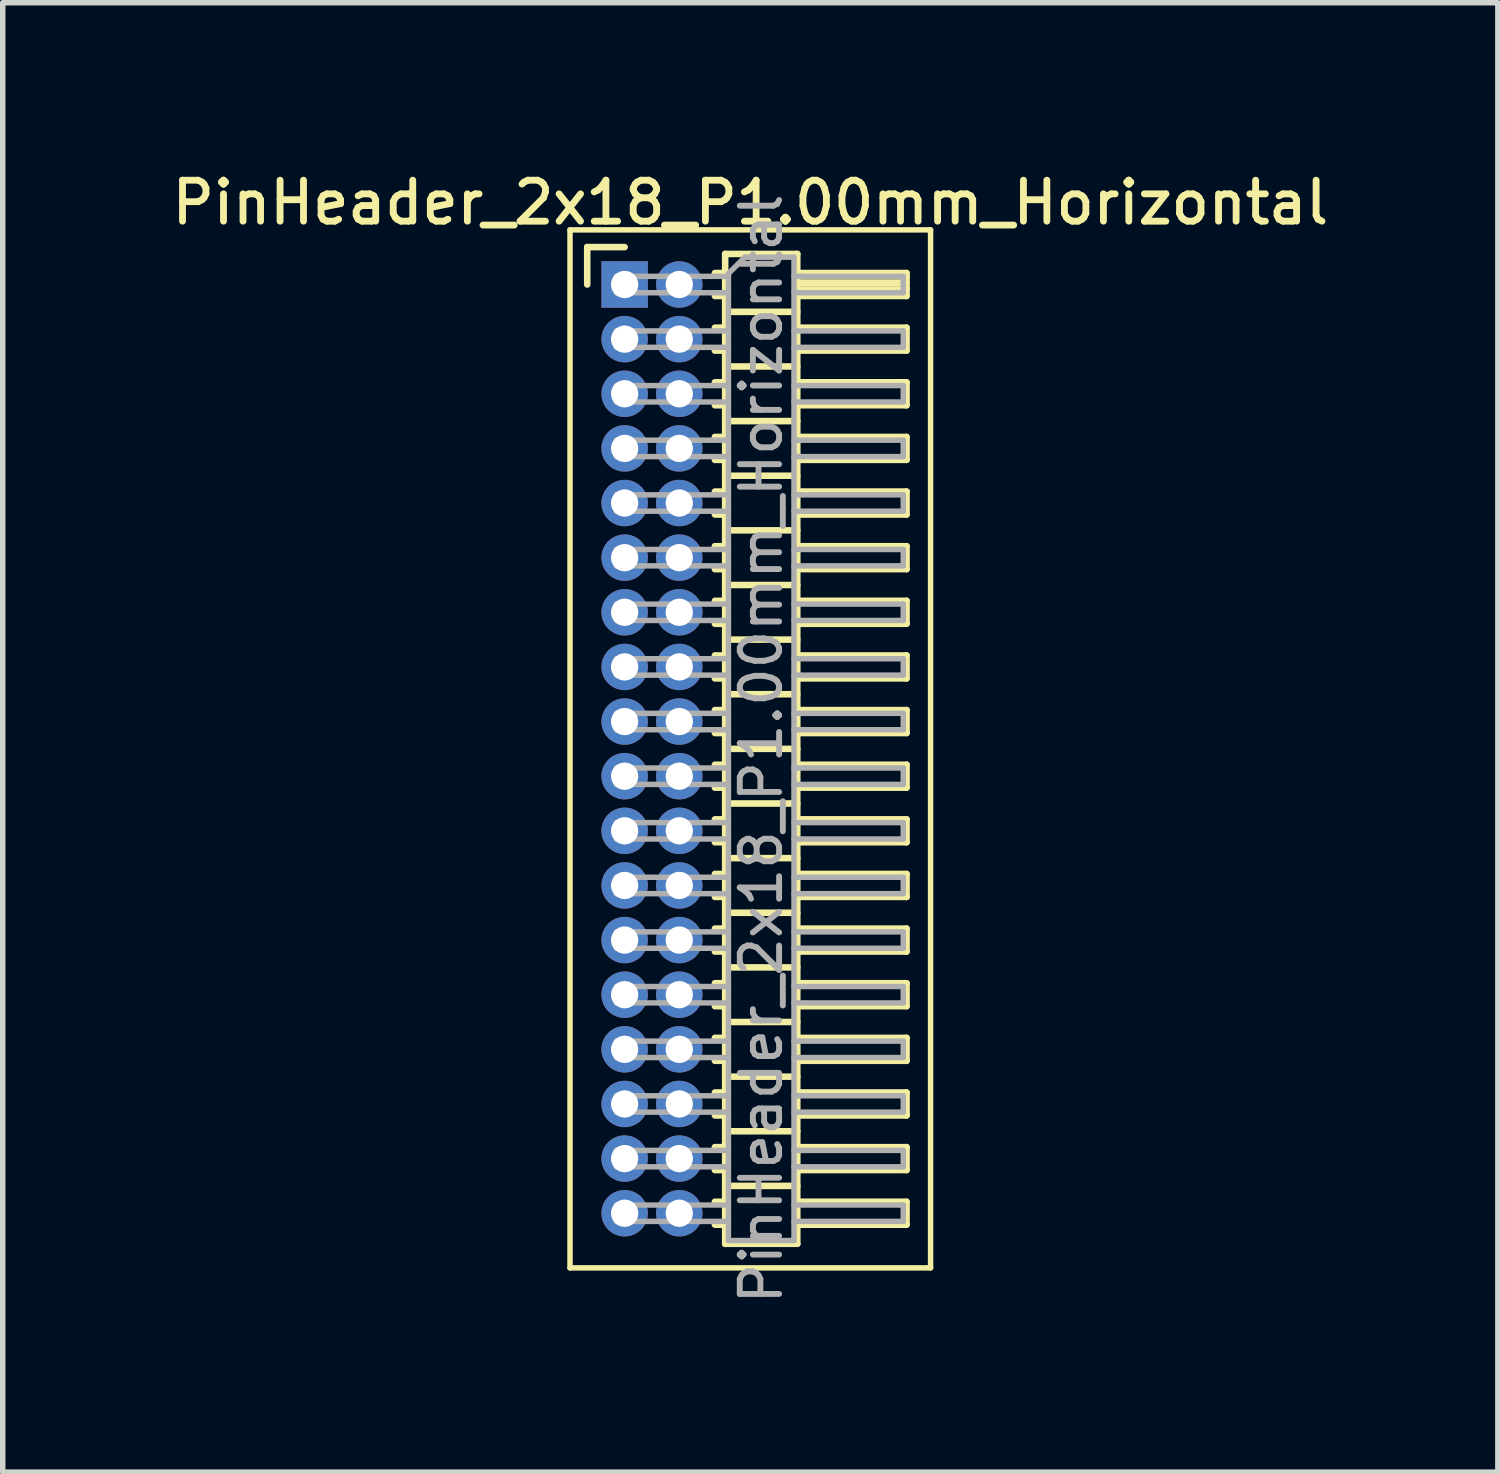
<source format=kicad_pcb>
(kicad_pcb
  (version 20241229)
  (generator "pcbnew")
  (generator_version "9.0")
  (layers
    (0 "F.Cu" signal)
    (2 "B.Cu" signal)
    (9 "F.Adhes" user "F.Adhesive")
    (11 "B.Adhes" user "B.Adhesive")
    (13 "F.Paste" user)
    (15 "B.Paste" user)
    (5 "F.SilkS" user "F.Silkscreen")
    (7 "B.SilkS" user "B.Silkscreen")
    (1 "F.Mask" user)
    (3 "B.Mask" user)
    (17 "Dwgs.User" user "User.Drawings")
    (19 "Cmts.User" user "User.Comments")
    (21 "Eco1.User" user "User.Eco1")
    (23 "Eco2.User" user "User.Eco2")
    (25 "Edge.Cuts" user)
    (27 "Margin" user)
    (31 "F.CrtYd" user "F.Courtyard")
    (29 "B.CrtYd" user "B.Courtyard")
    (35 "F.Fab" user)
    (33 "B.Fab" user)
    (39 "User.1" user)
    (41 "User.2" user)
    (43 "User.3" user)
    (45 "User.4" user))
  (footprint "PinHeader_2x18_P1.00mm_Horizontal"
    (layer "F.Cu")
    (at 8.384 2.158)
    (property "Reference" "PinHeader_2x18_P1.00mm_Horizontal" (at 2.3 -1.5 0) (layer "F.SilkS") (effects (font (size 0.75 0.75) (thickness 0.125))))
    (attr through_hole)
    (fp_line (start -1 -1) (end -1 18) (stroke (width 0.1) (type solid)) (layer "F.SilkS"))
    (fp_line (start -1 18) (end 5.6 18) (stroke (width 0.1) (type solid)) (layer "F.SilkS"))
    (fp_line (start -0.685 -0.685) (end 0 -0.685) (stroke (width 0.12) (type solid)) (layer "F.SilkS"))
    (fp_line (start -0.685 0) (end -0.685 -0.685) (stroke (width 0.12) (type solid)) (layer "F.SilkS"))
    (fp_line (start 1.652 -0.21) (end 1.84 -0.21) (stroke (width 0.12) (type solid)) (layer "F.SilkS"))
    (fp_line (start 1.652 0.21) (end 1.84 0.21) (stroke (width 0.12) (type solid)) (layer "F.SilkS"))
    (fp_line (start 1.652 0.79) (end 1.84 0.79) (stroke (width 0.12) (type solid)) (layer "F.SilkS"))
    (fp_line (start 1.652 1.21) (end 1.84 1.21) (stroke (width 0.12) (type solid)) (layer "F.SilkS"))
    (fp_line (start 1.652 1.79) (end 1.84 1.79) (stroke (width 0.12) (type solid)) (layer "F.SilkS"))
    (fp_line (start 1.652 2.21) (end 1.84 2.21) (stroke (width 0.12) (type solid)) (layer "F.SilkS"))
    (fp_line (start 1.652 2.79) (end 1.84 2.79) (stroke (width 0.12) (type solid)) (layer "F.SilkS"))
    (fp_line (start 1.652 3.21) (end 1.84 3.21) (stroke (width 0.12) (type solid)) (layer "F.SilkS"))
    (fp_line (start 1.652 3.79) (end 1.84 3.79) (stroke (width 0.12) (type solid)) (layer "F.SilkS"))
    (fp_line (start 1.652 4.21) (end 1.84 4.21) (stroke (width 0.12) (type solid)) (layer "F.SilkS"))
    (fp_line (start 1.652 4.79) (end 1.84 4.79) (stroke (width 0.12) (type solid)) (layer "F.SilkS"))
    (fp_line (start 1.652 5.21) (end 1.84 5.21) (stroke (width 0.12) (type solid)) (layer "F.SilkS"))
    (fp_line (start 1.652 5.79) (end 1.84 5.79) (stroke (width 0.12) (type solid)) (layer "F.SilkS"))
    (fp_line (start 1.652 6.21) (end 1.84 6.21) (stroke (width 0.12) (type solid)) (layer "F.SilkS"))
    (fp_line (start 1.652 6.79) (end 1.84 6.79) (stroke (width 0.12) (type solid)) (layer "F.SilkS"))
    (fp_line (start 1.652 7.21) (end 1.84 7.21) (stroke (width 0.12) (type solid)) (layer "F.SilkS"))
    (fp_line (start 1.652 7.79) (end 1.84 7.79) (stroke (width 0.12) (type solid)) (layer "F.SilkS"))
    (fp_line (start 1.652 8.21) (end 1.84 8.21) (stroke (width 0.12) (type solid)) (layer "F.SilkS"))
    (fp_line (start 1.652 8.79) (end 1.84 8.79) (stroke (width 0.12) (type solid)) (layer "F.SilkS"))
    (fp_line (start 1.652 9.21) (end 1.84 9.21) (stroke (width 0.12) (type solid)) (layer "F.SilkS"))
    (fp_line (start 1.652 9.79) (end 1.84 9.79) (stroke (width 0.12) (type solid)) (layer "F.SilkS"))
    (fp_line (start 1.652 10.21) (end 1.84 10.21) (stroke (width 0.12) (type solid)) (layer "F.SilkS"))
    (fp_line (start 1.652 10.79) (end 1.84 10.79) (stroke (width 0.12) (type solid)) (layer "F.SilkS"))
    (fp_line (start 1.652 11.21) (end 1.84 11.21) (stroke (width 0.12) (type solid)) (layer "F.SilkS"))
    (fp_line (start 1.652 11.79) (end 1.84 11.79) (stroke (width 0.12) (type solid)) (layer "F.SilkS"))
    (fp_line (start 1.652 12.21) (end 1.84 12.21) (stroke (width 0.12) (type solid)) (layer "F.SilkS"))
    (fp_line (start 1.652 12.79) (end 1.84 12.79) (stroke (width 0.12) (type solid)) (layer "F.SilkS"))
    (fp_line (start 1.652 13.21) (end 1.84 13.21) (stroke (width 0.12) (type solid)) (layer "F.SilkS"))
    (fp_line (start 1.652 13.79) (end 1.84 13.79) (stroke (width 0.12) (type solid)) (layer "F.SilkS"))
    (fp_line (start 1.652 14.21) (end 1.84 14.21) (stroke (width 0.12) (type solid)) (layer "F.SilkS"))
    (fp_line (start 1.652 14.79) (end 1.84 14.79) (stroke (width 0.12) (type solid)) (layer "F.SilkS"))
    (fp_line (start 1.652 15.21) (end 1.84 15.21) (stroke (width 0.12) (type solid)) (layer "F.SilkS"))
    (fp_line (start 1.652 15.79) (end 1.84 15.79) (stroke (width 0.12) (type solid)) (layer "F.SilkS"))
    (fp_line (start 1.652 16.21) (end 1.84 16.21) (stroke (width 0.12) (type solid)) (layer "F.SilkS"))
    (fp_line (start 1.652 16.79) (end 1.84 16.79) (stroke (width 0.12) (type solid)) (layer "F.SilkS"))
    (fp_line (start 1.652 17.21) (end 1.84 17.21) (stroke (width 0.12) (type solid)) (layer "F.SilkS"))
    (fp_line (start 1.84 -0.56) (end 1.84 17.56) (stroke (width 0.12) (type solid)) (layer "F.SilkS"))
    (fp_line (start 1.84 0.5) (end 3.16 0.5) (stroke (width 0.12) (type solid)) (layer "F.SilkS"))
    (fp_line (start 1.84 1.5) (end 3.16 1.5) (stroke (width 0.12) (type solid)) (layer "F.SilkS"))
    (fp_line (start 1.84 2.5) (end 3.16 2.5) (stroke (width 0.12) (type solid)) (layer "F.SilkS"))
    (fp_line (start 1.84 3.5) (end 3.16 3.5) (stroke (width 0.12) (type solid)) (layer "F.SilkS"))
    (fp_line (start 1.84 4.5) (end 3.16 4.5) (stroke (width 0.12) (type solid)) (layer "F.SilkS"))
    (fp_line (start 1.84 5.5) (end 3.16 5.5) (stroke (width 0.12) (type solid)) (layer "F.SilkS"))
    (fp_line (start 1.84 6.5) (end 3.16 6.5) (stroke (width 0.12) (type solid)) (layer "F.SilkS"))
    (fp_line (start 1.84 7.5) (end 3.16 7.5) (stroke (width 0.12) (type solid)) (layer "F.SilkS"))
    (fp_line (start 1.84 8.5) (end 3.16 8.5) (stroke (width 0.12) (type solid)) (layer "F.SilkS"))
    (fp_line (start 1.84 9.5) (end 3.16 9.5) (stroke (width 0.12) (type solid)) (layer "F.SilkS"))
    (fp_line (start 1.84 10.5) (end 3.16 10.5) (stroke (width 0.12) (type solid)) (layer "F.SilkS"))
    (fp_line (start 1.84 11.5) (end 3.16 11.5) (stroke (width 0.12) (type solid)) (layer "F.SilkS"))
    (fp_line (start 1.84 12.5) (end 3.16 12.5) (stroke (width 0.12) (type solid)) (layer "F.SilkS"))
    (fp_line (start 1.84 13.5) (end 3.16 13.5) (stroke (width 0.12) (type solid)) (layer "F.SilkS"))
    (fp_line (start 1.84 14.5) (end 3.16 14.5) (stroke (width 0.12) (type solid)) (layer "F.SilkS"))
    (fp_line (start 1.84 15.5) (end 3.16 15.5) (stroke (width 0.12) (type solid)) (layer "F.SilkS"))
    (fp_line (start 1.84 16.5) (end 3.16 16.5) (stroke (width 0.12) (type solid)) (layer "F.SilkS"))
    (fp_line (start 1.84 17.56) (end 3.16 17.56) (stroke (width 0.12) (type solid)) (layer "F.SilkS"))
    (fp_line (start 3.16 -0.56) (end 1.84 -0.56) (stroke (width 0.12) (type solid)) (layer "F.SilkS"))
    (fp_line (start 3.16 -0.21) (end 5.16 -0.21) (stroke (width 0.12) (type solid)) (layer "F.SilkS"))
    (fp_line (start 3.16 -0.15) (end 5.16 -0.15) (stroke (width 0.12) (type solid)) (layer "F.SilkS"))
    (fp_line (start 3.16 -0.03) (end 5.16 -0.03) (stroke (width 0.12) (type solid)) (layer "F.SilkS"))
    (fp_line (start 3.16 0.09) (end 5.16 0.09) (stroke (width 0.12) (type solid)) (layer "F.SilkS"))
    (fp_line (start 3.16 0.79) (end 5.16 0.79) (stroke (width 0.12) (type solid)) (layer "F.SilkS"))
    (fp_line (start 3.16 1.79) (end 5.16 1.79) (stroke (width 0.12) (type solid)) (layer "F.SilkS"))
    (fp_line (start 3.16 2.79) (end 5.16 2.79) (stroke (width 0.12) (type solid)) (layer "F.SilkS"))
    (fp_line (start 3.16 3.79) (end 5.16 3.79) (stroke (width 0.12) (type solid)) (layer "F.SilkS"))
    (fp_line (start 3.16 4.79) (end 5.16 4.79) (stroke (width 0.12) (type solid)) (layer "F.SilkS"))
    (fp_line (start 3.16 5.79) (end 5.16 5.79) (stroke (width 0.12) (type solid)) (layer "F.SilkS"))
    (fp_line (start 3.16 6.79) (end 5.16 6.79) (stroke (width 0.12) (type solid)) (layer "F.SilkS"))
    (fp_line (start 3.16 7.79) (end 5.16 7.79) (stroke (width 0.12) (type solid)) (layer "F.SilkS"))
    (fp_line (start 3.16 8.79) (end 5.16 8.79) (stroke (width 0.12) (type solid)) (layer "F.SilkS"))
    (fp_line (start 3.16 9.79) (end 5.16 9.79) (stroke (width 0.12) (type solid)) (layer "F.SilkS"))
    (fp_line (start 3.16 10.79) (end 5.16 10.79) (stroke (width 0.12) (type solid)) (layer "F.SilkS"))
    (fp_line (start 3.16 11.79) (end 5.16 11.79) (stroke (width 0.12) (type solid)) (layer "F.SilkS"))
    (fp_line (start 3.16 12.79) (end 5.16 12.79) (stroke (width 0.12) (type solid)) (layer "F.SilkS"))
    (fp_line (start 3.16 13.79) (end 5.16 13.79) (stroke (width 0.12) (type solid)) (layer "F.SilkS"))
    (fp_line (start 3.16 14.79) (end 5.16 14.79) (stroke (width 0.12) (type solid)) (layer "F.SilkS"))
    (fp_line (start 3.16 15.79) (end 5.16 15.79) (stroke (width 0.12) (type solid)) (layer "F.SilkS"))
    (fp_line (start 3.16 16.79) (end 5.16 16.79) (stroke (width 0.12) (type solid)) (layer "F.SilkS"))
    (fp_line (start 3.16 17.56) (end 3.16 -0.56) (stroke (width 0.12) (type solid)) (layer "F.SilkS"))
    (fp_line (start 5.16 -0.21) (end 5.16 0.21) (stroke (width 0.12) (type solid)) (layer "F.SilkS"))
    (fp_line (start 5.16 0.21) (end 3.16 0.21) (stroke (width 0.12) (type solid)) (layer "F.SilkS"))
    (fp_line (start 5.16 0.79) (end 5.16 1.21) (stroke (width 0.12) (type solid)) (layer "F.SilkS"))
    (fp_line (start 5.16 1.21) (end 3.16 1.21) (stroke (width 0.12) (type solid)) (layer "F.SilkS"))
    (fp_line (start 5.16 1.79) (end 5.16 2.21) (stroke (width 0.12) (type solid)) (layer "F.SilkS"))
    (fp_line (start 5.16 2.21) (end 3.16 2.21) (stroke (width 0.12) (type solid)) (layer "F.SilkS"))
    (fp_line (start 5.16 2.79) (end 5.16 3.21) (stroke (width 0.12) (type solid)) (layer "F.SilkS"))
    (fp_line (start 5.16 3.21) (end 3.16 3.21) (stroke (width 0.12) (type solid)) (layer "F.SilkS"))
    (fp_line (start 5.16 3.79) (end 5.16 4.21) (stroke (width 0.12) (type solid)) (layer "F.SilkS"))
    (fp_line (start 5.16 4.21) (end 3.16 4.21) (stroke (width 0.12) (type solid)) (layer "F.SilkS"))
    (fp_line (start 5.16 4.79) (end 5.16 5.21) (stroke (width 0.12) (type solid)) (layer "F.SilkS"))
    (fp_line (start 5.16 5.21) (end 3.16 5.21) (stroke (width 0.12) (type solid)) (layer "F.SilkS"))
    (fp_line (start 5.16 5.79) (end 5.16 6.21) (stroke (width 0.12) (type solid)) (layer "F.SilkS"))
    (fp_line (start 5.16 6.21) (end 3.16 6.21) (stroke (width 0.12) (type solid)) (layer "F.SilkS"))
    (fp_line (start 5.16 6.79) (end 5.16 7.21) (stroke (width 0.12) (type solid)) (layer "F.SilkS"))
    (fp_line (start 5.16 7.21) (end 3.16 7.21) (stroke (width 0.12) (type solid)) (layer "F.SilkS"))
    (fp_line (start 5.16 7.79) (end 5.16 8.21) (stroke (width 0.12) (type solid)) (layer "F.SilkS"))
    (fp_line (start 5.16 8.21) (end 3.16 8.21) (stroke (width 0.12) (type solid)) (layer "F.SilkS"))
    (fp_line (start 5.16 8.79) (end 5.16 9.21) (stroke (width 0.12) (type solid)) (layer "F.SilkS"))
    (fp_line (start 5.16 9.21) (end 3.16 9.21) (stroke (width 0.12) (type solid)) (layer "F.SilkS"))
    (fp_line (start 5.16 9.79) (end 5.16 10.21) (stroke (width 0.12) (type solid)) (layer "F.SilkS"))
    (fp_line (start 5.16 10.21) (end 3.16 10.21) (stroke (width 0.12) (type solid)) (layer "F.SilkS"))
    (fp_line (start 5.16 10.79) (end 5.16 11.21) (stroke (width 0.12) (type solid)) (layer "F.SilkS"))
    (fp_line (start 5.16 11.21) (end 3.16 11.21) (stroke (width 0.12) (type solid)) (layer "F.SilkS"))
    (fp_line (start 5.16 11.79) (end 5.16 12.21) (stroke (width 0.12) (type solid)) (layer "F.SilkS"))
    (fp_line (start 5.16 12.21) (end 3.16 12.21) (stroke (width 0.12) (type solid)) (layer "F.SilkS"))
    (fp_line (start 5.16 12.79) (end 5.16 13.21) (stroke (width 0.12) (type solid)) (layer "F.SilkS"))
    (fp_line (start 5.16 13.21) (end 3.16 13.21) (stroke (width 0.12) (type solid)) (layer "F.SilkS"))
    (fp_line (start 5.16 13.79) (end 5.16 14.21) (stroke (width 0.12) (type solid)) (layer "F.SilkS"))
    (fp_line (start 5.16 14.21) (end 3.16 14.21) (stroke (width 0.12) (type solid)) (layer "F.SilkS"))
    (fp_line (start 5.16 14.79) (end 5.16 15.21) (stroke (width 0.12) (type solid)) (layer "F.SilkS"))
    (fp_line (start 5.16 15.21) (end 3.16 15.21) (stroke (width 0.12) (type solid)) (layer "F.SilkS"))
    (fp_line (start 5.16 15.79) (end 5.16 16.21) (stroke (width 0.12) (type solid)) (layer "F.SilkS"))
    (fp_line (start 5.16 16.21) (end 3.16 16.21) (stroke (width 0.12) (type solid)) (layer "F.SilkS"))
    (fp_line (start 5.16 16.79) (end 5.16 17.21) (stroke (width 0.12) (type solid)) (layer "F.SilkS"))
    (fp_line (start 5.16 17.21) (end 3.16 17.21) (stroke (width 0.12) (type solid)) (layer "F.SilkS"))
    (fp_line (start 5.6 -1) (end -1 -1) (stroke (width 0.1) (type solid)) (layer "F.SilkS"))
    (fp_line (start 5.6 18) (end 5.6 -1) (stroke (width 0.1) (type solid)) (layer "F.SilkS"))
    (fp_line (start -0.15 -0.15) (end -0.15 0.15) (stroke (width 0.1) (type solid)) (layer "F.Fab"))
    (fp_line (start -0.15 -0.15) (end 1.9 -0.15) (stroke (width 0.1) (type solid)) (layer "F.Fab"))
    (fp_line (start -0.15 0.15) (end 1.9 0.15) (stroke (width 0.1) (type solid)) (layer "F.Fab"))
    (fp_line (start -0.15 0.85) (end -0.15 1.15) (stroke (width 0.1) (type solid)) (layer "F.Fab"))
    (fp_line (start -0.15 0.85) (end 1.9 0.85) (stroke (width 0.1) (type solid)) (layer "F.Fab"))
    (fp_line (start -0.15 1.15) (end 1.9 1.15) (stroke (width 0.1) (type solid)) (layer "F.Fab"))
    (fp_line (start -0.15 1.85) (end -0.15 2.15) (stroke (width 0.1) (type solid)) (layer "F.Fab"))
    (fp_line (start -0.15 1.85) (end 1.9 1.85) (stroke (width 0.1) (type solid)) (layer "F.Fab"))
    (fp_line (start -0.15 2.15) (end 1.9 2.15) (stroke (width 0.1) (type solid)) (layer "F.Fab"))
    (fp_line (start -0.15 2.85) (end -0.15 3.15) (stroke (width 0.1) (type solid)) (layer "F.Fab"))
    (fp_line (start -0.15 2.85) (end 1.9 2.85) (stroke (width 0.1) (type solid)) (layer "F.Fab"))
    (fp_line (start -0.15 3.15) (end 1.9 3.15) (stroke (width 0.1) (type solid)) (layer "F.Fab"))
    (fp_line (start -0.15 3.85) (end -0.15 4.15) (stroke (width 0.1) (type solid)) (layer "F.Fab"))
    (fp_line (start -0.15 3.85) (end 1.9 3.85) (stroke (width 0.1) (type solid)) (layer "F.Fab"))
    (fp_line (start -0.15 4.15) (end 1.9 4.15) (stroke (width 0.1) (type solid)) (layer "F.Fab"))
    (fp_line (start -0.15 4.85) (end -0.15 5.15) (stroke (width 0.1) (type solid)) (layer "F.Fab"))
    (fp_line (start -0.15 4.85) (end 1.9 4.85) (stroke (width 0.1) (type solid)) (layer "F.Fab"))
    (fp_line (start -0.15 5.15) (end 1.9 5.15) (stroke (width 0.1) (type solid)) (layer "F.Fab"))
    (fp_line (start -0.15 5.85) (end -0.15 6.15) (stroke (width 0.1) (type solid)) (layer "F.Fab"))
    (fp_line (start -0.15 5.85) (end 1.9 5.85) (stroke (width 0.1) (type solid)) (layer "F.Fab"))
    (fp_line (start -0.15 6.15) (end 1.9 6.15) (stroke (width 0.1) (type solid)) (layer "F.Fab"))
    (fp_line (start -0.15 6.85) (end -0.15 7.15) (stroke (width 0.1) (type solid)) (layer "F.Fab"))
    (fp_line (start -0.15 6.85) (end 1.9 6.85) (stroke (width 0.1) (type solid)) (layer "F.Fab"))
    (fp_line (start -0.15 7.15) (end 1.9 7.15) (stroke (width 0.1) (type solid)) (layer "F.Fab"))
    (fp_line (start -0.15 7.85) (end -0.15 8.15) (stroke (width 0.1) (type solid)) (layer "F.Fab"))
    (fp_line (start -0.15 7.85) (end 1.9 7.85) (stroke (width 0.1) (type solid)) (layer "F.Fab"))
    (fp_line (start -0.15 8.15) (end 1.9 8.15) (stroke (width 0.1) (type solid)) (layer "F.Fab"))
    (fp_line (start -0.15 8.85) (end -0.15 9.15) (stroke (width 0.1) (type solid)) (layer "F.Fab"))
    (fp_line (start -0.15 8.85) (end 1.9 8.85) (stroke (width 0.1) (type solid)) (layer "F.Fab"))
    (fp_line (start -0.15 9.15) (end 1.9 9.15) (stroke (width 0.1) (type solid)) (layer "F.Fab"))
    (fp_line (start -0.15 9.85) (end -0.15 10.15) (stroke (width 0.1) (type solid)) (layer "F.Fab"))
    (fp_line (start -0.15 9.85) (end 1.9 9.85) (stroke (width 0.1) (type solid)) (layer "F.Fab"))
    (fp_line (start -0.15 10.15) (end 1.9 10.15) (stroke (width 0.1) (type solid)) (layer "F.Fab"))
    (fp_line (start -0.15 10.85) (end -0.15 11.15) (stroke (width 0.1) (type solid)) (layer "F.Fab"))
    (fp_line (start -0.15 10.85) (end 1.9 10.85) (stroke (width 0.1) (type solid)) (layer "F.Fab"))
    (fp_line (start -0.15 11.15) (end 1.9 11.15) (stroke (width 0.1) (type solid)) (layer "F.Fab"))
    (fp_line (start -0.15 11.85) (end -0.15 12.15) (stroke (width 0.1) (type solid)) (layer "F.Fab"))
    (fp_line (start -0.15 11.85) (end 1.9 11.85) (stroke (width 0.1) (type solid)) (layer "F.Fab"))
    (fp_line (start -0.15 12.15) (end 1.9 12.15) (stroke (width 0.1) (type solid)) (layer "F.Fab"))
    (fp_line (start -0.15 12.85) (end -0.15 13.15) (stroke (width 0.1) (type solid)) (layer "F.Fab"))
    (fp_line (start -0.15 12.85) (end 1.9 12.85) (stroke (width 0.1) (type solid)) (layer "F.Fab"))
    (fp_line (start -0.15 13.15) (end 1.9 13.15) (stroke (width 0.1) (type solid)) (layer "F.Fab"))
    (fp_line (start -0.15 13.85) (end -0.15 14.15) (stroke (width 0.1) (type solid)) (layer "F.Fab"))
    (fp_line (start -0.15 13.85) (end 1.9 13.85) (stroke (width 0.1) (type solid)) (layer "F.Fab"))
    (fp_line (start -0.15 14.15) (end 1.9 14.15) (stroke (width 0.1) (type solid)) (layer "F.Fab"))
    (fp_line (start -0.15 14.85) (end -0.15 15.15) (stroke (width 0.1) (type solid)) (layer "F.Fab"))
    (fp_line (start -0.15 14.85) (end 1.9 14.85) (stroke (width 0.1) (type solid)) (layer "F.Fab"))
    (fp_line (start -0.15 15.15) (end 1.9 15.15) (stroke (width 0.1) (type solid)) (layer "F.Fab"))
    (fp_line (start -0.15 15.85) (end -0.15 16.15) (stroke (width 0.1) (type solid)) (layer "F.Fab"))
    (fp_line (start -0.15 15.85) (end 1.9 15.85) (stroke (width 0.1) (type solid)) (layer "F.Fab"))
    (fp_line (start -0.15 16.15) (end 1.9 16.15) (stroke (width 0.1) (type solid)) (layer "F.Fab"))
    (fp_line (start -0.15 16.85) (end -0.15 17.15) (stroke (width 0.1) (type solid)) (layer "F.Fab"))
    (fp_line (start -0.15 16.85) (end 1.9 16.85) (stroke (width 0.1) (type solid)) (layer "F.Fab"))
    (fp_line (start -0.15 17.15) (end 1.9 17.15) (stroke (width 0.1) (type solid)) (layer "F.Fab"))
    (fp_line (start 1.9 -0.2) (end 2.2 -0.5) (stroke (width 0.1) (type solid)) (layer "F.Fab"))
    (fp_line (start 1.9 17.5) (end 1.9 -0.2) (stroke (width 0.1) (type solid)) (layer "F.Fab"))
    (fp_line (start 2.2 -0.5) (end 3.1 -0.5) (stroke (width 0.1) (type solid)) (layer "F.Fab"))
    (fp_line (start 3.1 -0.5) (end 3.1 17.5) (stroke (width 0.1) (type solid)) (layer "F.Fab"))
    (fp_line (start 3.1 -0.15) (end 5.1 -0.15) (stroke (width 0.1) (type solid)) (layer "F.Fab"))
    (fp_line (start 3.1 0.15) (end 5.1 0.15) (stroke (width 0.1) (type solid)) (layer "F.Fab"))
    (fp_line (start 3.1 0.85) (end 5.1 0.85) (stroke (width 0.1) (type solid)) (layer "F.Fab"))
    (fp_line (start 3.1 1.15) (end 5.1 1.15) (stroke (width 0.1) (type solid)) (layer "F.Fab"))
    (fp_line (start 3.1 1.85) (end 5.1 1.85) (stroke (width 0.1) (type solid)) (layer "F.Fab"))
    (fp_line (start 3.1 2.15) (end 5.1 2.15) (stroke (width 0.1) (type solid)) (layer "F.Fab"))
    (fp_line (start 3.1 2.85) (end 5.1 2.85) (stroke (width 0.1) (type solid)) (layer "F.Fab"))
    (fp_line (start 3.1 3.15) (end 5.1 3.15) (stroke (width 0.1) (type solid)) (layer "F.Fab"))
    (fp_line (start 3.1 3.85) (end 5.1 3.85) (stroke (width 0.1) (type solid)) (layer "F.Fab"))
    (fp_line (start 3.1 4.15) (end 5.1 4.15) (stroke (width 0.1) (type solid)) (layer "F.Fab"))
    (fp_line (start 3.1 4.85) (end 5.1 4.85) (stroke (width 0.1) (type solid)) (layer "F.Fab"))
    (fp_line (start 3.1 5.15) (end 5.1 5.15) (stroke (width 0.1) (type solid)) (layer "F.Fab"))
    (fp_line (start 3.1 5.85) (end 5.1 5.85) (stroke (width 0.1) (type solid)) (layer "F.Fab"))
    (fp_line (start 3.1 6.15) (end 5.1 6.15) (stroke (width 0.1) (type solid)) (layer "F.Fab"))
    (fp_line (start 3.1 6.85) (end 5.1 6.85) (stroke (width 0.1) (type solid)) (layer "F.Fab"))
    (fp_line (start 3.1 7.15) (end 5.1 7.15) (stroke (width 0.1) (type solid)) (layer "F.Fab"))
    (fp_line (start 3.1 7.85) (end 5.1 7.85) (stroke (width 0.1) (type solid)) (layer "F.Fab"))
    (fp_line (start 3.1 8.15) (end 5.1 8.15) (stroke (width 0.1) (type solid)) (layer "F.Fab"))
    (fp_line (start 3.1 8.85) (end 5.1 8.85) (stroke (width 0.1) (type solid)) (layer "F.Fab"))
    (fp_line (start 3.1 9.15) (end 5.1 9.15) (stroke (width 0.1) (type solid)) (layer "F.Fab"))
    (fp_line (start 3.1 9.85) (end 5.1 9.85) (stroke (width 0.1) (type solid)) (layer "F.Fab"))
    (fp_line (start 3.1 10.15) (end 5.1 10.15) (stroke (width 0.1) (type solid)) (layer "F.Fab"))
    (fp_line (start 3.1 10.85) (end 5.1 10.85) (stroke (width 0.1) (type solid)) (layer "F.Fab"))
    (fp_line (start 3.1 11.15) (end 5.1 11.15) (stroke (width 0.1) (type solid)) (layer "F.Fab"))
    (fp_line (start 3.1 11.85) (end 5.1 11.85) (stroke (width 0.1) (type solid)) (layer "F.Fab"))
    (fp_line (start 3.1 12.15) (end 5.1 12.15) (stroke (width 0.1) (type solid)) (layer "F.Fab"))
    (fp_line (start 3.1 12.85) (end 5.1 12.85) (stroke (width 0.1) (type solid)) (layer "F.Fab"))
    (fp_line (start 3.1 13.15) (end 5.1 13.15) (stroke (width 0.1) (type solid)) (layer "F.Fab"))
    (fp_line (start 3.1 13.85) (end 5.1 13.85) (stroke (width 0.1) (type solid)) (layer "F.Fab"))
    (fp_line (start 3.1 14.15) (end 5.1 14.15) (stroke (width 0.1) (type solid)) (layer "F.Fab"))
    (fp_line (start 3.1 14.85) (end 5.1 14.85) (stroke (width 0.1) (type solid)) (layer "F.Fab"))
    (fp_line (start 3.1 15.15) (end 5.1 15.15) (stroke (width 0.1) (type solid)) (layer "F.Fab"))
    (fp_line (start 3.1 15.85) (end 5.1 15.85) (stroke (width 0.1) (type solid)) (layer "F.Fab"))
    (fp_line (start 3.1 16.15) (end 5.1 16.15) (stroke (width 0.1) (type solid)) (layer "F.Fab"))
    (fp_line (start 3.1 16.85) (end 5.1 16.85) (stroke (width 0.1) (type solid)) (layer "F.Fab"))
    (fp_line (start 3.1 17.15) (end 5.1 17.15) (stroke (width 0.1) (type solid)) (layer "F.Fab"))
    (fp_line (start 3.1 17.5) (end 1.9 17.5) (stroke (width 0.1) (type solid)) (layer "F.Fab"))
    (fp_line (start 5.1 -0.15) (end 5.1 0.15) (stroke (width 0.1) (type solid)) (layer "F.Fab"))
    (fp_line (start 5.1 0.85) (end 5.1 1.15) (stroke (width 0.1) (type solid)) (layer "F.Fab"))
    (fp_line (start 5.1 1.85) (end 5.1 2.15) (stroke (width 0.1) (type solid)) (layer "F.Fab"))
    (fp_line (start 5.1 2.85) (end 5.1 3.15) (stroke (width 0.1) (type solid)) (layer "F.Fab"))
    (fp_line (start 5.1 3.85) (end 5.1 4.15) (stroke (width 0.1) (type solid)) (layer "F.Fab"))
    (fp_line (start 5.1 4.85) (end 5.1 5.15) (stroke (width 0.1) (type solid)) (layer "F.Fab"))
    (fp_line (start 5.1 5.85) (end 5.1 6.15) (stroke (width 0.1) (type solid)) (layer "F.Fab"))
    (fp_line (start 5.1 6.85) (end 5.1 7.15) (stroke (width 0.1) (type solid)) (layer "F.Fab"))
    (fp_line (start 5.1 7.85) (end 5.1 8.15) (stroke (width 0.1) (type solid)) (layer "F.Fab"))
    (fp_line (start 5.1 8.85) (end 5.1 9.15) (stroke (width 0.1) (type solid)) (layer "F.Fab"))
    (fp_line (start 5.1 9.85) (end 5.1 10.15) (stroke (width 0.1) (type solid)) (layer "F.Fab"))
    (fp_line (start 5.1 10.85) (end 5.1 11.15) (stroke (width 0.1) (type solid)) (layer "F.Fab"))
    (fp_line (start 5.1 11.85) (end 5.1 12.15) (stroke (width 0.1) (type solid)) (layer "F.Fab"))
    (fp_line (start 5.1 12.85) (end 5.1 13.15) (stroke (width 0.1) (type solid)) (layer "F.Fab"))
    (fp_line (start 5.1 13.85) (end 5.1 14.15) (stroke (width 0.1) (type solid)) (layer "F.Fab"))
    (fp_line (start 5.1 14.85) (end 5.1 15.15) (stroke (width 0.1) (type solid)) (layer "F.Fab"))
    (fp_line (start 5.1 15.85) (end 5.1 16.15) (stroke (width 0.1) (type solid)) (layer "F.Fab"))
    (fp_line (start 5.1 16.85) (end 5.1 17.15) (stroke (width 0.1) (type solid)) (layer "F.Fab"))
    (fp_text user "${REFERENCE}" (at 2.5 8.5 90) (layer "F.Fab") (effects (font (size 0.72 0.72) (thickness 0.108))))
    (pad "1" thru_hole rect (at 0 0) (size 0.85 0.85) (drill 0.5) (layers "*.Cu" "*.Mask"))
    (pad "2" thru_hole oval (at 1 0) (size 0.85 0.85) (drill 0.5) (layers "*.Cu" "*.Mask"))
    (pad "3" thru_hole oval (at 0 1) (size 0.85 0.85) (drill 0.5) (layers "*.Cu" "*.Mask"))
    (pad "4" thru_hole oval (at 1 1) (size 0.85 0.85) (drill 0.5) (layers "*.Cu" "*.Mask"))
    (pad "5" thru_hole oval (at 0 2) (size 0.85 0.85) (drill 0.5) (layers "*.Cu" "*.Mask"))
    (pad "6" thru_hole oval (at 1 2) (size 0.85 0.85) (drill 0.5) (layers "*.Cu" "*.Mask"))
    (pad "7" thru_hole oval (at 0 3) (size 0.85 0.85) (drill 0.5) (layers "*.Cu" "*.Mask"))
    (pad "8" thru_hole oval (at 1 3) (size 0.85 0.85) (drill 0.5) (layers "*.Cu" "*.Mask"))
    (pad "9" thru_hole oval (at 0 4) (size 0.85 0.85) (drill 0.5) (layers "*.Cu" "*.Mask"))
    (pad "10" thru_hole oval (at 1 4) (size 0.85 0.85) (drill 0.5) (layers "*.Cu" "*.Mask"))
    (pad "11" thru_hole oval (at 0 5) (size 0.85 0.85) (drill 0.5) (layers "*.Cu" "*.Mask"))
    (pad "12" thru_hole oval (at 1 5) (size 0.85 0.85) (drill 0.5) (layers "*.Cu" "*.Mask"))
    (pad "13" thru_hole oval (at 0 6) (size 0.85 0.85) (drill 0.5) (layers "*.Cu" "*.Mask"))
    (pad "14" thru_hole oval (at 1 6) (size 0.85 0.85) (drill 0.5) (layers "*.Cu" "*.Mask"))
    (pad "15" thru_hole oval (at 0 7) (size 0.85 0.85) (drill 0.5) (layers "*.Cu" "*.Mask"))
    (pad "16" thru_hole oval (at 1 7) (size 0.85 0.85) (drill 0.5) (layers "*.Cu" "*.Mask"))
    (pad "17" thru_hole oval (at 0 8) (size 0.85 0.85) (drill 0.5) (layers "*.Cu" "*.Mask"))
    (pad "18" thru_hole oval (at 1 8) (size 0.85 0.85) (drill 0.5) (layers "*.Cu" "*.Mask"))
    (pad "19" thru_hole oval (at 0 9) (size 0.85 0.85) (drill 0.5) (layers "*.Cu" "*.Mask"))
    (pad "20" thru_hole oval (at 1 9) (size 0.85 0.85) (drill 0.5) (layers "*.Cu" "*.Mask"))
    (pad "21" thru_hole oval (at 0 10) (size 0.85 0.85) (drill 0.5) (layers "*.Cu" "*.Mask"))
    (pad "22" thru_hole oval (at 1 10) (size 0.85 0.85) (drill 0.5) (layers "*.Cu" "*.Mask"))
    (pad "23" thru_hole oval (at 0 11) (size 0.85 0.85) (drill 0.5) (layers "*.Cu" "*.Mask"))
    (pad "24" thru_hole oval (at 1 11) (size 0.85 0.85) (drill 0.5) (layers "*.Cu" "*.Mask"))
    (pad "25" thru_hole oval (at 0 12) (size 0.85 0.85) (drill 0.5) (layers "*.Cu" "*.Mask"))
    (pad "26" thru_hole oval (at 1 12) (size 0.85 0.85) (drill 0.5) (layers "*.Cu" "*.Mask"))
    (pad "27" thru_hole oval (at 0 13) (size 0.85 0.85) (drill 0.5) (layers "*.Cu" "*.Mask"))
    (pad "28" thru_hole oval (at 1 13) (size 0.85 0.85) (drill 0.5) (layers "*.Cu" "*.Mask"))
    (pad "29" thru_hole oval (at 0 14) (size 0.85 0.85) (drill 0.5) (layers "*.Cu" "*.Mask"))
    (pad "30" thru_hole oval (at 1 14) (size 0.85 0.85) (drill 0.5) (layers "*.Cu" "*.Mask"))
    (pad "31" thru_hole oval (at 0 15) (size 0.85 0.85) (drill 0.5) (layers "*.Cu" "*.Mask"))
    (pad "32" thru_hole oval (at 1 15) (size 0.85 0.85) (drill 0.5) (layers "*.Cu" "*.Mask"))
    (pad "33" thru_hole oval (at 0 16) (size 0.85 0.85) (drill 0.5) (layers "*.Cu" "*.Mask"))
    (pad "34" thru_hole oval (at 1 16) (size 0.85 0.85) (drill 0.5) (layers "*.Cu" "*.Mask"))
    (pad "35" thru_hole oval (at 0 17) (size 0.85 0.85) (drill 0.5) (layers "*.Cu" "*.Mask"))
    (pad "36" thru_hole oval (at 1 17) (size 0.85 0.85) (drill 0.5) (layers "*.Cu" "*.Mask")))
  (gr_rect
    (start -3 -3)
    (end 24.368 23.897)
    (stroke (width 0.1) (type default))
    (fill no)
    (layer "Edge.Cuts")))
</source>
